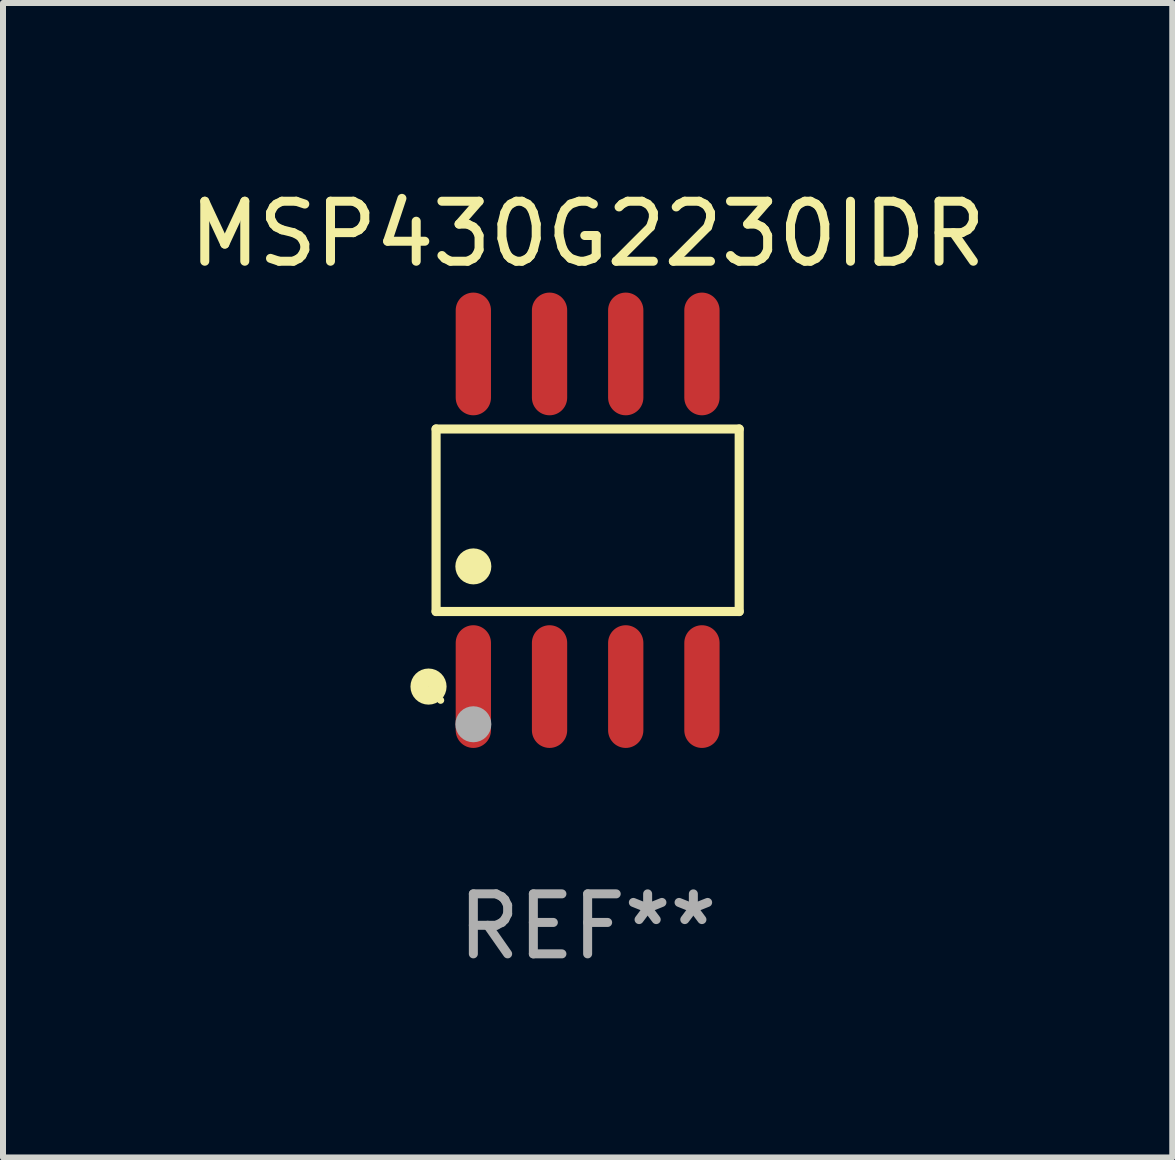
<source format=kicad_pcb>
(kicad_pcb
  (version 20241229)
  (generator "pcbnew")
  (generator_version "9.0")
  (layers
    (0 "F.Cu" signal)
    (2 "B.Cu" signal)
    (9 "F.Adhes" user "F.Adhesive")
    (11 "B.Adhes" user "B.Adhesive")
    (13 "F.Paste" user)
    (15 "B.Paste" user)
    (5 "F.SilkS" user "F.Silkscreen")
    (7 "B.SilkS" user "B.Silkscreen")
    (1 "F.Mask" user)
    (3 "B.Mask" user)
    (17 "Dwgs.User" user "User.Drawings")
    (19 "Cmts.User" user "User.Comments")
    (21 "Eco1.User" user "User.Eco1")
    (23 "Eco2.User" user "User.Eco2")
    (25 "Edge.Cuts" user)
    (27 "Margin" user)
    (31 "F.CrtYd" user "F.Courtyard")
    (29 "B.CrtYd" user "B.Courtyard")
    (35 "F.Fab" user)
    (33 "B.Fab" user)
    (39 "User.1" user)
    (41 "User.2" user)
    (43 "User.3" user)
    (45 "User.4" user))
  (footprint "MSP430G2230IDR"
    (layer "F.Cu")
    (at 6.744 5.621)
    (property "Reference" "MSP430G2230IDR" (at 0 -4.772 0) (layer "F.SilkS") (effects (font (size 1 1) (thickness 0.15))))
    (attr through_hole)
    (fp_line (start -2.526 -1.521) (end 2.526 -1.521) (stroke (width 0.152) (type solid)) (layer "F.SilkS"))
    (fp_line (start -2.526 1.521) (end -2.526 -1.521) (stroke (width 0.152) (type solid)) (layer "F.SilkS"))
    (fp_line (start 2.526 -1.521) (end 2.526 1.521) (stroke (width 0.152) (type solid)) (layer "F.SilkS"))
    (fp_line (start 2.526 1.521) (end -2.526 1.521) (stroke (width 0.152) (type solid)) (layer "F.SilkS"))
    (fp_circle (center -2.652 2.772) (end -2.501 2.772) (stroke (width 0.3) (type solid)) (fill no) (layer "F.SilkS"))
    (fp_circle (center -2.45 3) (end -2.42 3) (stroke (width 0.06) (type solid)) (fill no) (layer "F.SilkS"))
    (fp_circle (center -1.905 0.769) (end -1.755 0.769) (stroke (width 0.3) (type solid)) (fill no) (layer "F.SilkS"))
    (fp_circle (center -1.905 3.4) (end -1.755 3.4) (stroke (width 0.3) (type solid)) (fill no) (layer "F.Fab"))
    (fp_text user "REF**" (at 0 6.772 0) (layer "F.Fab") (effects (font (size 1 1) (thickness 0.15))))
    (pad "1" smd oval (at -1.905 2.772) (size 0.588 2.045) (layers "F.Cu" "F.Mask" "F.Paste"))
    (pad "2" smd oval (at -0.635 2.772) (size 0.588 2.045) (layers "F.Cu" "F.Mask" "F.Paste"))
    (pad "3" smd oval (at 0.635 2.772) (size 0.588 2.045) (layers "F.Cu" "F.Mask" "F.Paste"))
    (pad "4" smd oval (at 1.905 2.772) (size 0.588 2.045) (layers "F.Cu" "F.Mask" "F.Paste"))
    (pad "5" smd oval (at 1.905 -2.772) (size 0.588 2.045) (layers "F.Cu" "F.Mask" "F.Paste"))
    (pad "6" smd oval (at 0.635 -2.772) (size 0.588 2.045) (layers "F.Cu" "F.Mask" "F.Paste"))
    (pad "7" smd oval (at -0.635 -2.772) (size 0.588 2.045) (layers "F.Cu" "F.Mask" "F.Paste"))
    (pad "8" smd oval (at -1.905 -2.772) (size 0.588 2.045) (layers "F.Cu" "F.Mask" "F.Paste")))
  (gr_rect
    (start -3 -3)
    (end 16.488 16.241)
    (stroke (width 0.1) (type default))
    (fill no)
    (layer "Edge.Cuts")))
</source>
